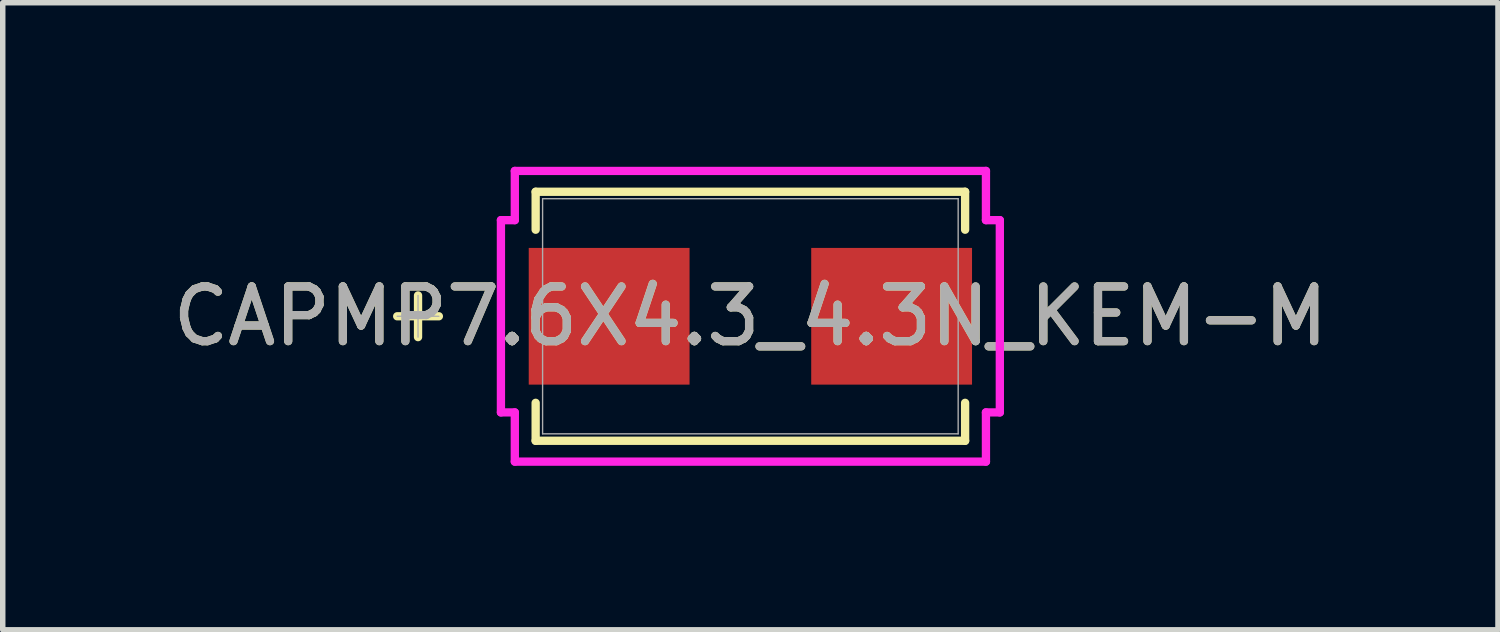
<source format=kicad_pcb>
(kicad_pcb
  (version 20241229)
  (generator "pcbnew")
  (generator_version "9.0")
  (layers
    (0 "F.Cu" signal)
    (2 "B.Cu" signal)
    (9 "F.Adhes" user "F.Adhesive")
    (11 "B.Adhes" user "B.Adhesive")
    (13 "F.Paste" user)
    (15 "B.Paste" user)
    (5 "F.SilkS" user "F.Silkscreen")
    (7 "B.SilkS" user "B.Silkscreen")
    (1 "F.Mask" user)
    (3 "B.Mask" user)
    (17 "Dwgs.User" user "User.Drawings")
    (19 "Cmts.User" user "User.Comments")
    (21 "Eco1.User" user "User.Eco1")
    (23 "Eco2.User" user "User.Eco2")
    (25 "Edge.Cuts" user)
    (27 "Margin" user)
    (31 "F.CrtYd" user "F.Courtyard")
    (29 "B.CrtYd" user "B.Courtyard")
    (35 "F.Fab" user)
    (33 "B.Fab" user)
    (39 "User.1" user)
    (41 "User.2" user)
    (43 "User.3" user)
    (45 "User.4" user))
  (footprint "CAPMP7.6X4.3_4.3N_KEM-M"
    (layer "F.Cu")
    (at 10.673 2.734)
    (property "Reference" "CAPMP7.6X4.3_4.3N_KEM-M" (at 0 0 0) (unlocked yes) (layer "F.SilkS") (effects (font (size 1 1) (thickness 0.15))))
    (attr smd)
    (fp_line (start -6.078 -0.381) (end -6.078 0.381) (stroke (width 0.152) (type solid)) (layer "F.SilkS"))
    (fp_line (start -5.697 0) (end -6.459 0) (stroke (width 0.152) (type solid)) (layer "F.SilkS"))
    (fp_line (start -3.927 -2.277) (end -3.927 -1.583) (stroke (width 0.152) (type solid)) (layer "F.SilkS"))
    (fp_line (start -3.927 1.583) (end -3.927 2.277) (stroke (width 0.152) (type solid)) (layer "F.SilkS"))
    (fp_line (start -3.927 2.277) (end 3.927 2.277) (stroke (width 0.152) (type solid)) (layer "F.SilkS"))
    (fp_line (start 3.927 -2.277) (end -3.927 -2.277) (stroke (width 0.152) (type solid)) (layer "F.SilkS"))
    (fp_line (start 3.927 -1.583) (end 3.927 -2.277) (stroke (width 0.152) (type solid)) (layer "F.SilkS"))
    (fp_line (start 3.927 2.277) (end 3.927 1.583) (stroke (width 0.152) (type solid)) (layer "F.SilkS"))
    (fp_line (start -4.562 -1.758) (end -4.308 -1.758) (stroke (width 0.152) (type solid)) (layer "F.CrtYd"))
    (fp_line (start -4.562 1.758) (end -4.562 -1.758) (stroke (width 0.152) (type solid)) (layer "F.CrtYd"))
    (fp_line (start -4.308 -2.658) (end 4.308 -2.658) (stroke (width 0.152) (type solid)) (layer "F.CrtYd"))
    (fp_line (start -4.308 -1.758) (end -4.308 -2.658) (stroke (width 0.152) (type solid)) (layer "F.CrtYd"))
    (fp_line (start -4.308 1.758) (end -4.562 1.758) (stroke (width 0.152) (type solid)) (layer "F.CrtYd"))
    (fp_line (start -4.308 2.658) (end -4.308 1.758) (stroke (width 0.152) (type solid)) (layer "F.CrtYd"))
    (fp_line (start 4.308 -2.658) (end 4.308 -1.758) (stroke (width 0.152) (type solid)) (layer "F.CrtYd"))
    (fp_line (start 4.308 -1.758) (end 4.562 -1.758) (stroke (width 0.152) (type solid)) (layer "F.CrtYd"))
    (fp_line (start 4.308 1.758) (end 4.308 2.658) (stroke (width 0.152) (type solid)) (layer "F.CrtYd"))
    (fp_line (start 4.308 2.658) (end -4.308 2.658) (stroke (width 0.152) (type solid)) (layer "F.CrtYd"))
    (fp_line (start 4.562 -1.758) (end 4.562 1.758) (stroke (width 0.152) (type solid)) (layer "F.CrtYd"))
    (fp_line (start 4.562 1.758) (end 4.308 1.758) (stroke (width 0.152) (type solid)) (layer "F.CrtYd"))
    (fp_line (start -6.078 -0.381) (end -6.078 0.381) (stroke (width 0.025) (type solid)) (layer "F.Fab"))
    (fp_line (start -5.697 0) (end -6.459 0) (stroke (width 0.025) (type solid)) (layer "F.Fab"))
    (fp_line (start -3.8 -2.15) (end -3.8 2.15) (stroke (width 0.025) (type solid)) (layer "F.Fab"))
    (fp_line (start -3.8 2.15) (end 3.8 2.15) (stroke (width 0.025) (type solid)) (layer "F.Fab"))
    (fp_line (start 3.8 -2.15) (end -3.8 -2.15) (stroke (width 0.025) (type solid)) (layer "F.Fab"))
    (fp_line (start 3.8 2.15) (end 3.8 -2.15) (stroke (width 0.025) (type solid)) (layer "F.Fab"))
    (fp_text user "${REFERENCE}" (at 0 0 0) (unlocked yes) (layer "F.Fab") (effects (font (size 1 1) (thickness 0.15))))
    (pad "1" smd rect (at -2.583 0 90) (size 2.5 2.941) (layers "F.Cu" "F.Mask" "F.Paste"))
    (pad "2" smd rect (at 2.583 0 90) (size 2.5 2.941) (layers "F.Cu" "F.Mask" "F.Paste"))
    (zone (net_name "") (layer "F.Cu") (hatch full 0.508) (connect_pads) (min_thickness 0.254) (filled_areas_thickness no) (keepout (tracks not_allowed) (vias not_allowed) (pads allowed) (copperpour not_allowed) (footprints allowed)) (placement (enabled no)) (fill) (polygon (pts (xy 6.923 0.635) (xy 14.422 0.635) (xy 14.422 1.433) (xy 6.923 1.433))))
    (zone (net_name "") (layer "F.Cu") (hatch full 0.508) (connect_pads) (min_thickness 0.254) (filled_areas_thickness no) (keepout (tracks not_allowed) (vias not_allowed) (pads allowed) (copperpour not_allowed) (footprints allowed)) (placement (enabled no)) (fill) (polygon (pts (xy 6.923 4.035) (xy 14.422 4.035) (xy 14.422 4.833) (xy 6.923 4.833))))
    (zone (net_name "") (layer "F.Cu") (hatch full 0.508) (connect_pads) (min_thickness 0.254) (filled_areas_thickness no) (keepout (tracks not_allowed) (vias not_allowed) (pads allowed) (copperpour not_allowed) (footprints allowed)) (placement (enabled no)) (fill) (polygon (pts (xy 9.311 1.433) (xy 12.034 1.433) (xy 12.034 4.035) (xy 9.311 4.035)))))
  (gr_rect
    (start -3 -3)
    (end 24.345 8.468)
    (stroke (width 0.1) (type default))
    (fill no)
    (layer "Edge.Cuts")))
</source>
